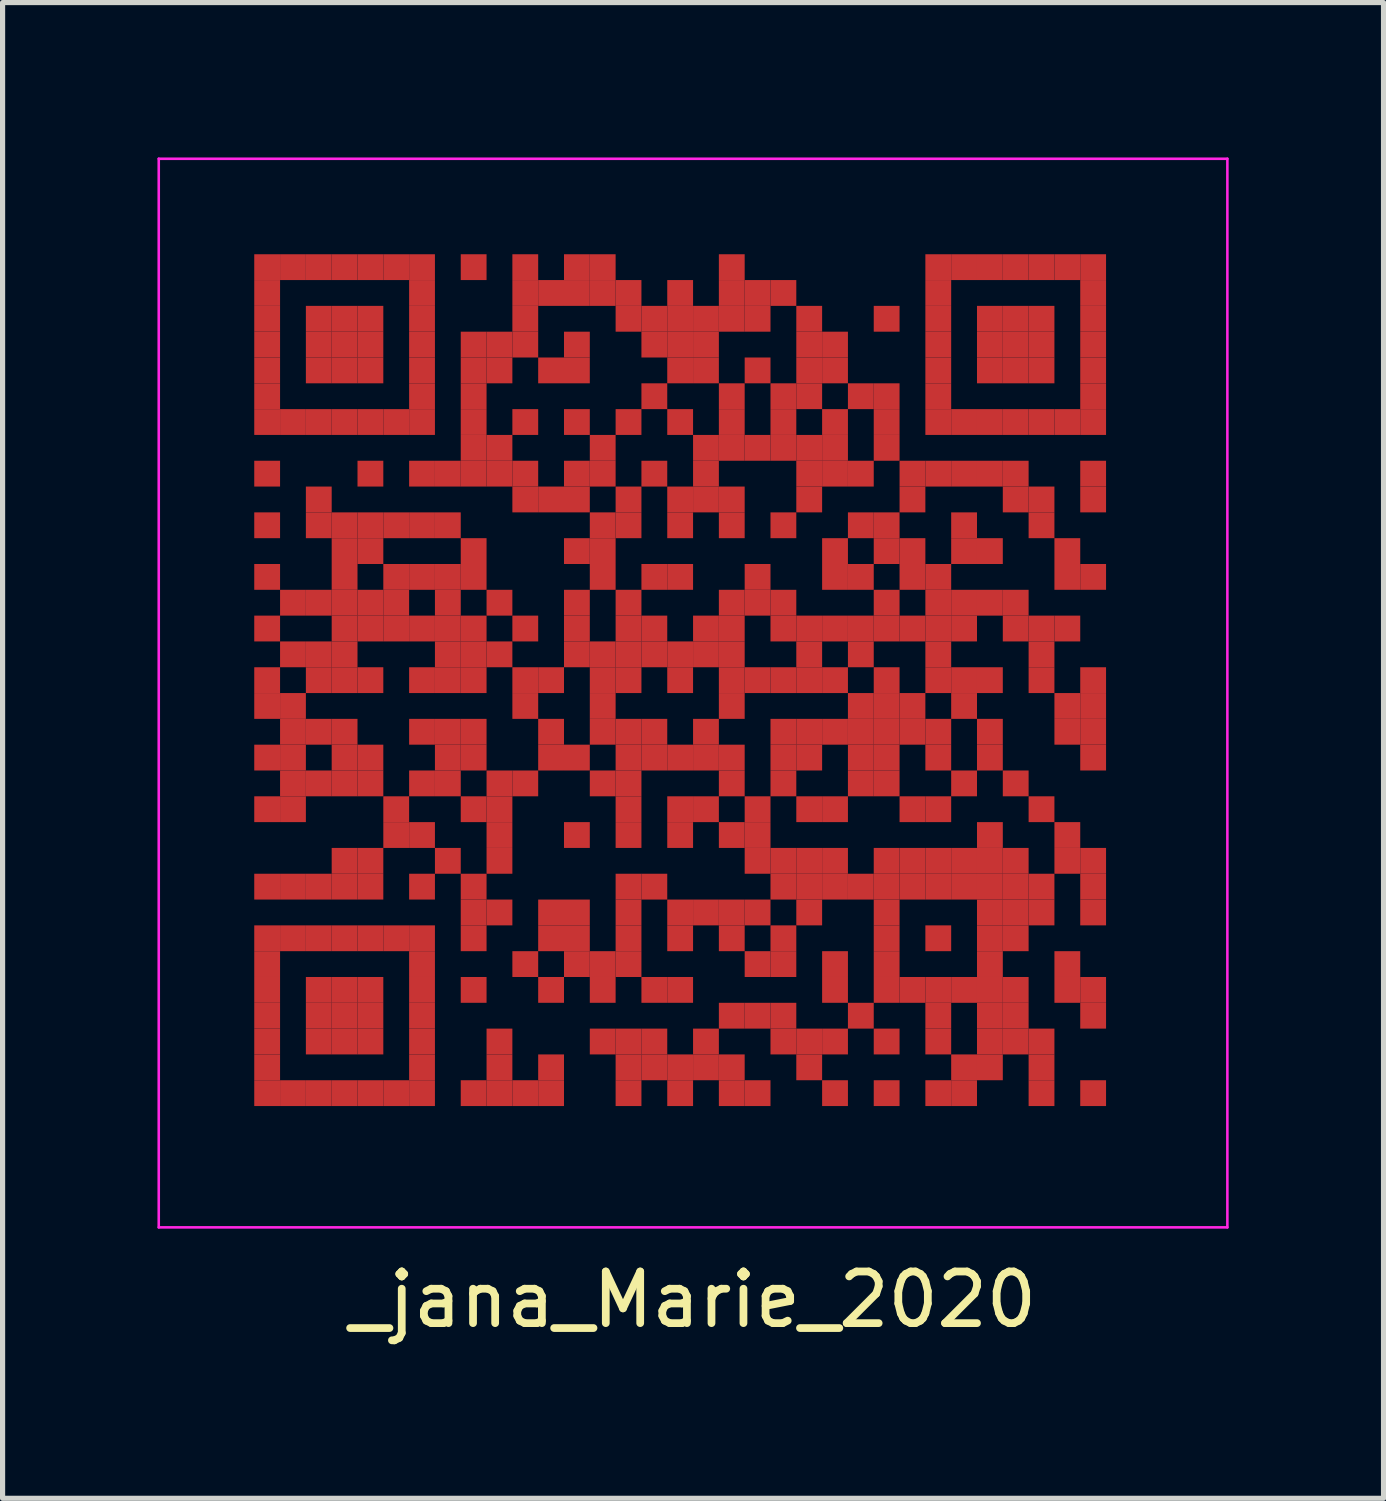
<source format=kicad_pcb>
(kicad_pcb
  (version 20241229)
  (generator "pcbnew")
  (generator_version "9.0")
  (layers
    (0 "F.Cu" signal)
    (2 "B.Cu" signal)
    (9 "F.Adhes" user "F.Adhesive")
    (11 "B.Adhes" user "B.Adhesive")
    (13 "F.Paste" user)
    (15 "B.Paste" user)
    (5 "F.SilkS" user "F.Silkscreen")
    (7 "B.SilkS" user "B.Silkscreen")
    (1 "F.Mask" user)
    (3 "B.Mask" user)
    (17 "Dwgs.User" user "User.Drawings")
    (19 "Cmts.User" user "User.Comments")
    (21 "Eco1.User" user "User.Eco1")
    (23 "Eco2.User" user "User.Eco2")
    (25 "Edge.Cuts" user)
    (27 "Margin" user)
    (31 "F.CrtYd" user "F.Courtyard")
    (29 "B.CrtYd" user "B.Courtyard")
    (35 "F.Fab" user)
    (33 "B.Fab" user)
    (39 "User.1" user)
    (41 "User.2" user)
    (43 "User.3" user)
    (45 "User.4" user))
  (footprint "_jana_Marie_2020"
    (layer "F.Cu")
    (at 10.375 10.375)
    (property "Reference" "_jana_Marie_2020" (at 0 11.75 0) (layer "F.SilkS") (effects (font (size 1 1) (thickness 0.15))))
    (attr through_hole)
    (fp_poly (pts (xy 10.3 10.3) (xy 10.3 -10.3) (xy -10.3 -10.3) (xy -10.3 10.3)) (stroke (width 0) (type solid)) (fill yes) (layer "F.Mask"))
    (fp_line (start -10.35 -10.35) (end 10.35 -10.35) (stroke (width 0.05) (type solid)) (layer "F.CrtYd"))
    (fp_line (start -10.35 10.35) (end -10.35 -10.35) (stroke (width 0.05) (type solid)) (layer "F.CrtYd"))
    (fp_line (start 10.35 -10.35) (end 10.35 10.35) (stroke (width 0.05) (type solid)) (layer "F.CrtYd"))
    (fp_line (start 10.35 10.35) (end -10.35 10.35) (stroke (width 0.05) (type solid)) (layer "F.CrtYd"))
    (pad "" smd rect (at -8.25 -8.25) (size 0.5 0.5) (layers "F.Cu"))
    (pad "" smd rect (at -8.25 -7.75) (size 0.5 0.5) (layers "F.Cu"))
    (pad "" smd rect (at -8.25 -7.25) (size 0.5 0.5) (layers "F.Cu"))
    (pad "" smd rect (at -8.25 -6.75) (size 0.5 0.5) (layers "F.Cu"))
    (pad "" smd rect (at -8.25 -6.25) (size 0.5 0.5) (layers "F.Cu"))
    (pad "" smd rect (at -8.25 -5.75) (size 0.5 0.5) (layers "F.Cu"))
    (pad "" smd rect (at -8.25 -5.25) (size 0.5 0.5) (layers "F.Cu"))
    (pad "" smd rect (at -8.25 -4.25) (size 0.5 0.5) (layers "F.Cu"))
    (pad "" smd rect (at -8.25 -3.25) (size 0.5 0.5) (layers "F.Cu"))
    (pad "" smd rect (at -8.25 -2.25) (size 0.5 0.5) (layers "F.Cu"))
    (pad "" smd rect (at -8.25 -1.25) (size 0.5 0.5) (layers "F.Cu"))
    (pad "" smd rect (at -8.25 -0.25) (size 0.5 0.5) (layers "F.Cu"))
    (pad "" smd rect (at -8.25 0.25) (size 0.5 0.5) (layers "F.Cu"))
    (pad "" smd rect (at -8.25 1.25) (size 0.5 0.5) (layers "F.Cu"))
    (pad "" smd rect (at -8.25 2.25) (size 0.5 0.5) (layers "F.Cu"))
    (pad "" smd rect (at -8.25 3.75) (size 0.5 0.5) (layers "F.Cu"))
    (pad "" smd rect (at -8.25 4.75) (size 0.5 0.5) (layers "F.Cu"))
    (pad "" smd rect (at -8.25 5.25) (size 0.5 0.5) (layers "F.Cu"))
    (pad "" smd rect (at -8.25 5.75) (size 0.5 0.5) (layers "F.Cu"))
    (pad "" smd rect (at -8.25 6.25) (size 0.5 0.5) (layers "F.Cu"))
    (pad "" smd rect (at -8.25 6.75) (size 0.5 0.5) (layers "F.Cu"))
    (pad "" smd rect (at -8.25 7.25) (size 0.5 0.5) (layers "F.Cu"))
    (pad "" smd rect (at -8.25 7.75) (size 0.5 0.5) (layers "F.Cu"))
    (pad "" smd rect (at -7.75 -8.25) (size 0.5 0.5) (layers "F.Cu"))
    (pad "" smd rect (at -7.75 -5.25) (size 0.5 0.5) (layers "F.Cu"))
    (pad "" smd rect (at -7.75 -1.75) (size 0.5 0.5) (layers "F.Cu"))
    (pad "" smd rect (at -7.75 -0.75) (size 0.5 0.5) (layers "F.Cu"))
    (pad "" smd rect (at -7.75 0.25) (size 0.5 0.5) (layers "F.Cu"))
    (pad "" smd rect (at -7.75 0.75) (size 0.5 0.5) (layers "F.Cu"))
    (pad "" smd rect (at -7.75 1.25) (size 0.5 0.5) (layers "F.Cu"))
    (pad "" smd rect (at -7.75 1.75) (size 0.5 0.5) (layers "F.Cu"))
    (pad "" smd rect (at -7.75 2.25) (size 0.5 0.5) (layers "F.Cu"))
    (pad "" smd rect (at -7.75 3.75) (size 0.5 0.5) (layers "F.Cu"))
    (pad "" smd rect (at -7.75 4.75) (size 0.5 0.5) (layers "F.Cu"))
    (pad "" smd rect (at -7.75 7.75) (size 0.5 0.5) (layers "F.Cu"))
    (pad "" smd rect (at -7.25 -8.25) (size 0.5 0.5) (layers "F.Cu"))
    (pad "" smd rect (at -7.25 -7.25) (size 0.5 0.5) (layers "F.Cu"))
    (pad "" smd rect (at -7.25 -6.75) (size 0.5 0.5) (layers "F.Cu"))
    (pad "" smd rect (at -7.25 -6.25) (size 0.5 0.5) (layers "F.Cu"))
    (pad "" smd rect (at -7.25 -5.25) (size 0.5 0.5) (layers "F.Cu"))
    (pad "" smd rect (at -7.25 -3.75) (size 0.5 0.5) (layers "F.Cu"))
    (pad "" smd rect (at -7.25 -3.25) (size 0.5 0.5) (layers "F.Cu"))
    (pad "" smd rect (at -7.25 -1.75) (size 0.5 0.5) (layers "F.Cu"))
    (pad "" smd rect (at -7.25 -0.75) (size 0.5 0.5) (layers "F.Cu"))
    (pad "" smd rect (at -7.25 -0.25) (size 0.5 0.5) (layers "F.Cu"))
    (pad "" smd rect (at -7.25 0.75) (size 0.5 0.5) (layers "F.Cu"))
    (pad "" smd rect (at -7.25 1.75) (size 0.5 0.5) (layers "F.Cu"))
    (pad "" smd rect (at -7.25 3.75) (size 0.5 0.5) (layers "F.Cu"))
    (pad "" smd rect (at -7.25 4.75) (size 0.5 0.5) (layers "F.Cu"))
    (pad "" smd rect (at -7.25 5.75) (size 0.5 0.5) (layers "F.Cu"))
    (pad "" smd rect (at -7.25 6.25) (size 0.5 0.5) (layers "F.Cu"))
    (pad "" smd rect (at -7.25 6.75) (size 0.5 0.5) (layers "F.Cu"))
    (pad "" smd rect (at -7.25 7.75) (size 0.5 0.5) (layers "F.Cu"))
    (pad "" smd rect (at -6.75 -8.25) (size 0.5 0.5) (layers "F.Cu"))
    (pad "" smd rect (at -6.75 -7.25) (size 0.5 0.5) (layers "F.Cu"))
    (pad "" smd rect (at -6.75 -6.75) (size 0.5 0.5) (layers "F.Cu"))
    (pad "" smd rect (at -6.75 -6.25) (size 0.5 0.5) (layers "F.Cu"))
    (pad "" smd rect (at -6.75 -5.25) (size 0.5 0.5) (layers "F.Cu"))
    (pad "" smd rect (at -6.75 -3.25) (size 0.5 0.5) (layers "F.Cu"))
    (pad "" smd rect (at -6.75 -2.75) (size 0.5 0.5) (layers "F.Cu"))
    (pad "" smd rect (at -6.75 -2.25) (size 0.5 0.5) (layers "F.Cu"))
    (pad "" smd rect (at -6.75 -1.75) (size 0.5 0.5) (layers "F.Cu"))
    (pad "" smd rect (at -6.75 -1.25) (size 0.5 0.5) (layers "F.Cu"))
    (pad "" smd rect (at -6.75 -0.75) (size 0.5 0.5) (layers "F.Cu"))
    (pad "" smd rect (at -6.75 -0.25) (size 0.5 0.5) (layers "F.Cu"))
    (pad "" smd rect (at -6.75 0.75) (size 0.5 0.5) (layers "F.Cu"))
    (pad "" smd rect (at -6.75 1.25) (size 0.5 0.5) (layers "F.Cu"))
    (pad "" smd rect (at -6.75 1.75) (size 0.5 0.5) (layers "F.Cu"))
    (pad "" smd rect (at -6.75 3.25) (size 0.5 0.5) (layers "F.Cu"))
    (pad "" smd rect (at -6.75 3.75) (size 0.5 0.5) (layers "F.Cu"))
    (pad "" smd rect (at -6.75 4.75) (size 0.5 0.5) (layers "F.Cu"))
    (pad "" smd rect (at -6.75 5.75) (size 0.5 0.5) (layers "F.Cu"))
    (pad "" smd rect (at -6.75 6.25) (size 0.5 0.5) (layers "F.Cu"))
    (pad "" smd rect (at -6.75 6.75) (size 0.5 0.5) (layers "F.Cu"))
    (pad "" smd rect (at -6.75 7.75) (size 0.5 0.5) (layers "F.Cu"))
    (pad "" smd rect (at -6.25 -8.25) (size 0.5 0.5) (layers "F.Cu"))
    (pad "" smd rect (at -6.25 -7.25) (size 0.5 0.5) (layers "F.Cu"))
    (pad "" smd rect (at -6.25 -6.75) (size 0.5 0.5) (layers "F.Cu"))
    (pad "" smd rect (at -6.25 -6.25) (size 0.5 0.5) (layers "F.Cu"))
    (pad "" smd rect (at -6.25 -5.25) (size 0.5 0.5) (layers "F.Cu"))
    (pad "" smd rect (at -6.25 -4.25) (size 0.5 0.5) (layers "F.Cu"))
    (pad "" smd rect (at -6.25 -3.25) (size 0.5 0.5) (layers "F.Cu"))
    (pad "" smd rect (at -6.25 -2.75) (size 0.5 0.5) (layers "F.Cu"))
    (pad "" smd rect (at -6.25 -1.75) (size 0.5 0.5) (layers "F.Cu"))
    (pad "" smd rect (at -6.25 -1.25) (size 0.5 0.5) (layers "F.Cu"))
    (pad "" smd rect (at -6.25 -0.25) (size 0.5 0.5) (layers "F.Cu"))
    (pad "" smd rect (at -6.25 1.25) (size 0.5 0.5) (layers "F.Cu"))
    (pad "" smd rect (at -6.25 1.75) (size 0.5 0.5) (layers "F.Cu"))
    (pad "" smd rect (at -6.25 3.25) (size 0.5 0.5) (layers "F.Cu"))
    (pad "" smd rect (at -6.25 3.75) (size 0.5 0.5) (layers "F.Cu"))
    (pad "" smd rect (at -6.25 4.75) (size 0.5 0.5) (layers "F.Cu"))
    (pad "" smd rect (at -6.25 5.75) (size 0.5 0.5) (layers "F.Cu"))
    (pad "" smd rect (at -6.25 6.25) (size 0.5 0.5) (layers "F.Cu"))
    (pad "" smd rect (at -6.25 6.75) (size 0.5 0.5) (layers "F.Cu"))
    (pad "" smd rect (at -6.25 7.75) (size 0.5 0.5) (layers "F.Cu"))
    (pad "" smd rect (at -5.75 -8.25) (size 0.5 0.5) (layers "F.Cu"))
    (pad "" smd rect (at -5.75 -5.25) (size 0.5 0.5) (layers "F.Cu"))
    (pad "" smd rect (at -5.75 -3.25) (size 0.5 0.5) (layers "F.Cu"))
    (pad "" smd rect (at -5.75 -2.25) (size 0.5 0.5) (layers "F.Cu"))
    (pad "" smd rect (at -5.75 -1.75) (size 0.5 0.5) (layers "F.Cu"))
    (pad "" smd rect (at -5.75 -1.25) (size 0.5 0.5) (layers "F.Cu"))
    (pad "" smd rect (at -5.75 2.25) (size 0.5 0.5) (layers "F.Cu"))
    (pad "" smd rect (at -5.75 2.75) (size 0.5 0.5) (layers "F.Cu"))
    (pad "" smd rect (at -5.75 4.75) (size 0.5 0.5) (layers "F.Cu"))
    (pad "" smd rect (at -5.75 7.75) (size 0.5 0.5) (layers "F.Cu"))
    (pad "" smd rect (at -5.25 -8.25) (size 0.5 0.5) (layers "F.Cu"))
    (pad "" smd rect (at -5.25 -7.75) (size 0.5 0.5) (layers "F.Cu"))
    (pad "" smd rect (at -5.25 -7.25) (size 0.5 0.5) (layers "F.Cu"))
    (pad "" smd rect (at -5.25 -6.75) (size 0.5 0.5) (layers "F.Cu"))
    (pad "" smd rect (at -5.25 -6.25) (size 0.5 0.5) (layers "F.Cu"))
    (pad "" smd rect (at -5.25 -5.75) (size 0.5 0.5) (layers "F.Cu"))
    (pad "" smd rect (at -5.25 -5.25) (size 0.5 0.5) (layers "F.Cu"))
    (pad "" smd rect (at -5.25 -4.25) (size 0.5 0.5) (layers "F.Cu"))
    (pad "" smd rect (at -5.25 -3.25) (size 0.5 0.5) (layers "F.Cu"))
    (pad "" smd rect (at -5.25 -2.25) (size 0.5 0.5) (layers "F.Cu"))
    (pad "" smd rect (at -5.25 -1.25) (size 0.5 0.5) (layers "F.Cu"))
    (pad "" smd rect (at -5.25 -0.25) (size 0.5 0.5) (layers "F.Cu"))
    (pad "" smd rect (at -5.25 0.75) (size 0.5 0.5) (layers "F.Cu"))
    (pad "" smd rect (at -5.25 1.75) (size 0.5 0.5) (layers "F.Cu"))
    (pad "" smd rect (at -5.25 2.75) (size 0.5 0.5) (layers "F.Cu"))
    (pad "" smd rect (at -5.25 3.75) (size 0.5 0.5) (layers "F.Cu"))
    (pad "" smd rect (at -5.25 4.75) (size 0.5 0.5) (layers "F.Cu"))
    (pad "" smd rect (at -5.25 5.25) (size 0.5 0.5) (layers "F.Cu"))
    (pad "" smd rect (at -5.25 5.75) (size 0.5 0.5) (layers "F.Cu"))
    (pad "" smd rect (at -5.25 6.25) (size 0.5 0.5) (layers "F.Cu"))
    (pad "" smd rect (at -5.25 6.75) (size 0.5 0.5) (layers "F.Cu"))
    (pad "" smd rect (at -5.25 7.25) (size 0.5 0.5) (layers "F.Cu"))
    (pad "" smd rect (at -5.25 7.75) (size 0.5 0.5) (layers "F.Cu"))
    (pad "" smd rect (at -4.75 -4.25) (size 0.5 0.5) (layers "F.Cu"))
    (pad "" smd rect (at -4.75 -3.25) (size 0.5 0.5) (layers "F.Cu"))
    (pad "" smd rect (at -4.75 -2.25) (size 0.5 0.5) (layers "F.Cu"))
    (pad "" smd rect (at -4.75 -1.75) (size 0.5 0.5) (layers "F.Cu"))
    (pad "" smd rect (at -4.75 -1.25) (size 0.5 0.5) (layers "F.Cu"))
    (pad "" smd rect (at -4.75 -0.75) (size 0.5 0.5) (layers "F.Cu"))
    (pad "" smd rect (at -4.75 -0.25) (size 0.5 0.5) (layers "F.Cu"))
    (pad "" smd rect (at -4.75 0.75) (size 0.5 0.5) (layers "F.Cu"))
    (pad "" smd rect (at -4.75 1.25) (size 0.5 0.5) (layers "F.Cu"))
    (pad "" smd rect (at -4.75 1.75) (size 0.5 0.5) (layers "F.Cu"))
    (pad "" smd rect (at -4.75 3.25) (size 0.5 0.5) (layers "F.Cu"))
    (pad "" smd rect (at -4.25 -8.25) (size 0.5 0.5) (layers "F.Cu"))
    (pad "" smd rect (at -4.25 -6.75) (size 0.5 0.5) (layers "F.Cu"))
    (pad "" smd rect (at -4.25 -6.25) (size 0.5 0.5) (layers "F.Cu"))
    (pad "" smd rect (at -4.25 -5.75) (size 0.5 0.5) (layers "F.Cu"))
    (pad "" smd rect (at -4.25 -5.25) (size 0.5 0.5) (layers "F.Cu"))
    (pad "" smd rect (at -4.25 -4.75) (size 0.5 0.5) (layers "F.Cu"))
    (pad "" smd rect (at -4.25 -4.25) (size 0.5 0.5) (layers "F.Cu"))
    (pad "" smd rect (at -4.25 -2.75) (size 0.5 0.5) (layers "F.Cu"))
    (pad "" smd rect (at -4.25 -2.25) (size 0.5 0.5) (layers "F.Cu"))
    (pad "" smd rect (at -4.25 -1.25) (size 0.5 0.5) (layers "F.Cu"))
    (pad "" smd rect (at -4.25 -0.75) (size 0.5 0.5) (layers "F.Cu"))
    (pad "" smd rect (at -4.25 -0.25) (size 0.5 0.5) (layers "F.Cu"))
    (pad "" smd rect (at -4.25 0.75) (size 0.5 0.5) (layers "F.Cu"))
    (pad "" smd rect (at -4.25 1.25) (size 0.5 0.5) (layers "F.Cu"))
    (pad "" smd rect (at -4.25 2.25) (size 0.5 0.5) (layers "F.Cu"))
    (pad "" smd rect (at -4.25 3.75) (size 0.5 0.5) (layers "F.Cu"))
    (pad "" smd rect (at -4.25 4.25) (size 0.5 0.5) (layers "F.Cu"))
    (pad "" smd rect (at -4.25 4.75) (size 0.5 0.5) (layers "F.Cu"))
    (pad "" smd rect (at -4.25 5.75) (size 0.5 0.5) (layers "F.Cu"))
    (pad "" smd rect (at -4.25 7.75) (size 0.5 0.5) (layers "F.Cu"))
    (pad "" smd rect (at -3.75 -6.75) (size 0.5 0.5) (layers "F.Cu"))
    (pad "" smd rect (at -3.75 -6.25) (size 0.5 0.5) (layers "F.Cu"))
    (pad "" smd rect (at -3.75 -4.75) (size 0.5 0.5) (layers "F.Cu"))
    (pad "" smd rect (at -3.75 -4.25) (size 0.5 0.5) (layers "F.Cu"))
    (pad "" smd rect (at -3.75 -1.75) (size 0.5 0.5) (layers "F.Cu"))
    (pad "" smd rect (at -3.75 -0.75) (size 0.5 0.5) (layers "F.Cu"))
    (pad "" smd rect (at -3.75 1.75) (size 0.5 0.5) (layers "F.Cu"))
    (pad "" smd rect (at -3.75 2.25) (size 0.5 0.5) (layers "F.Cu"))
    (pad "" smd rect (at -3.75 2.75) (size 0.5 0.5) (layers "F.Cu"))
    (pad "" smd rect (at -3.75 3.25) (size 0.5 0.5) (layers "F.Cu"))
    (pad "" smd rect (at -3.75 4.25) (size 0.5 0.5) (layers "F.Cu"))
    (pad "" smd rect (at -3.75 6.75) (size 0.5 0.5) (layers "F.Cu"))
    (pad "" smd rect (at -3.75 7.25) (size 0.5 0.5) (layers "F.Cu"))
    (pad "" smd rect (at -3.75 7.75) (size 0.5 0.5) (layers "F.Cu"))
    (pad "" smd rect (at -3.25 -8.25) (size 0.5 0.5) (layers "F.Cu"))
    (pad "" smd rect (at -3.25 -7.75) (size 0.5 0.5) (layers "F.Cu"))
    (pad "" smd rect (at -3.25 -7.25) (size 0.5 0.5) (layers "F.Cu"))
    (pad "" smd rect (at -3.25 -6.75) (size 0.5 0.5) (layers "F.Cu"))
    (pad "" smd rect (at -3.25 -5.25) (size 0.5 0.5) (layers "F.Cu"))
    (pad "" smd rect (at -3.25 -4.25) (size 0.5 0.5) (layers "F.Cu"))
    (pad "" smd rect (at -3.25 -3.75) (size 0.5 0.5) (layers "F.Cu"))
    (pad "" smd rect (at -3.25 -1.25) (size 0.5 0.5) (layers "F.Cu"))
    (pad "" smd rect (at -3.25 -0.25) (size 0.5 0.5) (layers "F.Cu"))
    (pad "" smd rect (at -3.25 0.25) (size 0.5 0.5) (layers "F.Cu"))
    (pad "" smd rect (at -3.25 1.75) (size 0.5 0.5) (layers "F.Cu"))
    (pad "" smd rect (at -3.25 5.25) (size 0.5 0.5) (layers "F.Cu"))
    (pad "" smd rect (at -3.25 7.75) (size 0.5 0.5) (layers "F.Cu"))
    (pad "" smd rect (at -2.75 -7.75) (size 0.5 0.5) (layers "F.Cu"))
    (pad "" smd rect (at -2.75 -6.25) (size 0.5 0.5) (layers "F.Cu"))
    (pad "" smd rect (at -2.75 -3.75) (size 0.5 0.5) (layers "F.Cu"))
    (pad "" smd rect (at -2.75 -0.25) (size 0.5 0.5) (layers "F.Cu"))
    (pad "" smd rect (at -2.75 0.75) (size 0.5 0.5) (layers "F.Cu"))
    (pad "" smd rect (at -2.75 1.25) (size 0.5 0.5) (layers "F.Cu"))
    (pad "" smd rect (at -2.75 4.25) (size 0.5 0.5) (layers "F.Cu"))
    (pad "" smd rect (at -2.75 4.75) (size 0.5 0.5) (layers "F.Cu"))
    (pad "" smd rect (at -2.75 5.75) (size 0.5 0.5) (layers "F.Cu"))
    (pad "" smd rect (at -2.75 7.25) (size 0.5 0.5) (layers "F.Cu"))
    (pad "" smd rect (at -2.75 7.75) (size 0.5 0.5) (layers "F.Cu"))
    (pad "" smd rect (at -2.25 -8.25) (size 0.5 0.5) (layers "F.Cu"))
    (pad "" smd rect (at -2.25 -7.75) (size 0.5 0.5) (layers "F.Cu"))
    (pad "" smd rect (at -2.25 -6.75) (size 0.5 0.5) (layers "F.Cu"))
    (pad "" smd rect (at -2.25 -6.25) (size 0.5 0.5) (layers "F.Cu"))
    (pad "" smd rect (at -2.25 -5.25) (size 0.5 0.5) (layers "F.Cu"))
    (pad "" smd rect (at -2.25 -4.25) (size 0.5 0.5) (layers "F.Cu"))
    (pad "" smd rect (at -2.25 -3.75) (size 0.5 0.5) (layers "F.Cu"))
    (pad "" smd rect (at -2.25 -2.75) (size 0.5 0.5) (layers "F.Cu"))
    (pad "" smd rect (at -2.25 -1.75) (size 0.5 0.5) (layers "F.Cu"))
    (pad "" smd rect (at -2.25 -1.25) (size 0.5 0.5) (layers "F.Cu"))
    (pad "" smd rect (at -2.25 -0.75) (size 0.5 0.5) (layers "F.Cu"))
    (pad "" smd rect (at -2.25 1.25) (size 0.5 0.5) (layers "F.Cu"))
    (pad "" smd rect (at -2.25 2.75) (size 0.5 0.5) (layers "F.Cu"))
    (pad "" smd rect (at -2.25 4.25) (size 0.5 0.5) (layers "F.Cu"))
    (pad "" smd rect (at -2.25 4.75) (size 0.5 0.5) (layers "F.Cu"))
    (pad "" smd rect (at -2.25 5.25) (size 0.5 0.5) (layers "F.Cu"))
    (pad "" smd rect (at -1.75 -8.25) (size 0.5 0.5) (layers "F.Cu"))
    (pad "" smd rect (at -1.75 -7.75) (size 0.5 0.5) (layers "F.Cu"))
    (pad "" smd rect (at -1.75 -4.75) (size 0.5 0.5) (layers "F.Cu"))
    (pad "" smd rect (at -1.75 -4.25) (size 0.5 0.5) (layers "F.Cu"))
    (pad "" smd rect (at -1.75 -3.25) (size 0.5 0.5) (layers "F.Cu"))
    (pad "" smd rect (at -1.75 -2.75) (size 0.5 0.5) (layers "F.Cu"))
    (pad "" smd rect (at -1.75 -2.25) (size 0.5 0.5) (layers "F.Cu"))
    (pad "" smd rect (at -1.75 -0.75) (size 0.5 0.5) (layers "F.Cu"))
    (pad "" smd rect (at -1.75 -0.25) (size 0.5 0.5) (layers "F.Cu"))
    (pad "" smd rect (at -1.75 0.25) (size 0.5 0.5) (layers "F.Cu"))
    (pad "" smd rect (at -1.75 0.75) (size 0.5 0.5) (layers "F.Cu"))
    (pad "" smd rect (at -1.75 1.75) (size 0.5 0.5) (layers "F.Cu"))
    (pad "" smd rect (at -1.75 5.25) (size 0.5 0.5) (layers "F.Cu"))
    (pad "" smd rect (at -1.75 5.75) (size 0.5 0.5) (layers "F.Cu"))
    (pad "" smd rect (at -1.75 6.75) (size 0.5 0.5) (layers "F.Cu"))
    (pad "" smd rect (at -1.25 -7.75) (size 0.5 0.5) (layers "F.Cu"))
    (pad "" smd rect (at -1.25 -7.25) (size 0.5 0.5) (layers "F.Cu"))
    (pad "" smd rect (at -1.25 -5.25) (size 0.5 0.5) (layers "F.Cu"))
    (pad "" smd rect (at -1.25 -3.75) (size 0.5 0.5) (layers "F.Cu"))
    (pad "" smd rect (at -1.25 -3.25) (size 0.5 0.5) (layers "F.Cu"))
    (pad "" smd rect (at -1.25 -1.75) (size 0.5 0.5) (layers "F.Cu"))
    (pad "" smd rect (at -1.25 -1.25) (size 0.5 0.5) (layers "F.Cu"))
    (pad "" smd rect (at -1.25 -0.75) (size 0.5 0.5) (layers "F.Cu"))
    (pad "" smd rect (at -1.25 -0.25) (size 0.5 0.5) (layers "F.Cu"))
    (pad "" smd rect (at -1.25 0.75) (size 0.5 0.5) (layers "F.Cu"))
    (pad "" smd rect (at -1.25 1.25) (size 0.5 0.5) (layers "F.Cu"))
    (pad "" smd rect (at -1.25 1.75) (size 0.5 0.5) (layers "F.Cu"))
    (pad "" smd rect (at -1.25 2.25) (size 0.5 0.5) (layers "F.Cu"))
    (pad "" smd rect (at -1.25 2.75) (size 0.5 0.5) (layers "F.Cu"))
    (pad "" smd rect (at -1.25 3.75) (size 0.5 0.5) (layers "F.Cu"))
    (pad "" smd rect (at -1.25 4.25) (size 0.5 0.5) (layers "F.Cu"))
    (pad "" smd rect (at -1.25 4.75) (size 0.5 0.5) (layers "F.Cu"))
    (pad "" smd rect (at -1.25 5.25) (size 0.5 0.5) (layers "F.Cu"))
    (pad "" smd rect (at -1.25 6.75) (size 0.5 0.5) (layers "F.Cu"))
    (pad "" smd rect (at -1.25 7.25) (size 0.5 0.5) (layers "F.Cu"))
    (pad "" smd rect (at -1.25 7.75) (size 0.5 0.5) (layers "F.Cu"))
    (pad "" smd rect (at -0.75 -7.25) (size 0.5 0.5) (layers "F.Cu"))
    (pad "" smd rect (at -0.75 -6.75) (size 0.5 0.5) (layers "F.Cu"))
    (pad "" smd rect (at -0.75 -5.75) (size 0.5 0.5) (layers "F.Cu"))
    (pad "" smd rect (at -0.75 -4.25) (size 0.5 0.5) (layers "F.Cu"))
    (pad "" smd rect (at -0.75 -2.25) (size 0.5 0.5) (layers "F.Cu"))
    (pad "" smd rect (at -0.75 -1.25) (size 0.5 0.5) (layers "F.Cu"))
    (pad "" smd rect (at -0.75 -0.75) (size 0.5 0.5) (layers "F.Cu"))
    (pad "" smd rect (at -0.75 0.75) (size 0.5 0.5) (layers "F.Cu"))
    (pad "" smd rect (at -0.75 1.25) (size 0.5 0.5) (layers "F.Cu"))
    (pad "" smd rect (at -0.75 3.75) (size 0.5 0.5) (layers "F.Cu"))
    (pad "" smd rect (at -0.75 5.75) (size 0.5 0.5) (layers "F.Cu"))
    (pad "" smd rect (at -0.75 6.75) (size 0.5 0.5) (layers "F.Cu"))
    (pad "" smd rect (at -0.75 7.25) (size 0.5 0.5) (layers "F.Cu"))
    (pad "" smd rect (at -0.25 -7.75) (size 0.5 0.5) (layers "F.Cu"))
    (pad "" smd rect (at -0.25 -7.25) (size 0.5 0.5) (layers "F.Cu"))
    (pad "" smd rect (at -0.25 -6.75) (size 0.5 0.5) (layers "F.Cu"))
    (pad "" smd rect (at -0.25 -6.25) (size 0.5 0.5) (layers "F.Cu"))
    (pad "" smd rect (at -0.25 -5.25) (size 0.5 0.5) (layers "F.Cu"))
    (pad "" smd rect (at -0.25 -3.75) (size 0.5 0.5) (layers "F.Cu"))
    (pad "" smd rect (at -0.25 -3.25) (size 0.5 0.5) (layers "F.Cu"))
    (pad "" smd rect (at -0.25 -2.25) (size 0.5 0.5) (layers "F.Cu"))
    (pad "" smd rect (at -0.25 -0.75) (size 0.5 0.5) (layers "F.Cu"))
    (pad "" smd rect (at -0.25 -0.25) (size 0.5 0.5) (layers "F.Cu"))
    (pad "" smd rect (at -0.25 1.25) (size 0.5 0.5) (layers "F.Cu"))
    (pad "" smd rect (at -0.25 2.25) (size 0.5 0.5) (layers "F.Cu"))
    (pad "" smd rect (at -0.25 2.75) (size 0.5 0.5) (layers "F.Cu"))
    (pad "" smd rect (at -0.25 4.25) (size 0.5 0.5) (layers "F.Cu"))
    (pad "" smd rect (at -0.25 4.75) (size 0.5 0.5) (layers "F.Cu"))
    (pad "" smd rect (at -0.25 5.75) (size 0.5 0.5) (layers "F.Cu"))
    (pad "" smd rect (at -0.25 7.25) (size 0.5 0.5) (layers "F.Cu"))
    (pad "" smd rect (at -0.25 7.75) (size 0.5 0.5) (layers "F.Cu"))
    (pad "" smd rect (at 0.25 -7.25) (size 0.5 0.5) (layers "F.Cu"))
    (pad "" smd rect (at 0.25 -6.75) (size 0.5 0.5) (layers "F.Cu"))
    (pad "" smd rect (at 0.25 -6.25) (size 0.5 0.5) (layers "F.Cu"))
    (pad "" smd rect (at 0.25 -4.75) (size 0.5 0.5) (layers "F.Cu"))
    (pad "" smd rect (at 0.25 -4.25) (size 0.5 0.5) (layers "F.Cu"))
    (pad "" smd rect (at 0.25 -3.75) (size 0.5 0.5) (layers "F.Cu"))
    (pad "" smd rect (at 0.25 -1.25) (size 0.5 0.5) (layers "F.Cu"))
    (pad "" smd rect (at 0.25 -0.75) (size 0.5 0.5) (layers "F.Cu"))
    (pad "" smd rect (at 0.25 0.75) (size 0.5 0.5) (layers "F.Cu"))
    (pad "" smd rect (at 0.25 1.25) (size 0.5 0.5) (layers "F.Cu"))
    (pad "" smd rect (at 0.25 2.25) (size 0.5 0.5) (layers "F.Cu"))
    (pad "" smd rect (at 0.25 4.25) (size 0.5 0.5) (layers "F.Cu"))
    (pad "" smd rect (at 0.25 6.75) (size 0.5 0.5) (layers "F.Cu"))
    (pad "" smd rect (at 0.25 7.25) (size 0.5 0.5) (layers "F.Cu"))
    (pad "" smd rect (at 0.75 -8.25) (size 0.5 0.5) (layers "F.Cu"))
    (pad "" smd rect (at 0.75 -7.75) (size 0.5 0.5) (layers "F.Cu"))
    (pad "" smd rect (at 0.75 -7.25) (size 0.5 0.5) (layers "F.Cu"))
    (pad "" smd rect (at 0.75 -5.75) (size 0.5 0.5) (layers "F.Cu"))
    (pad "" smd rect (at 0.75 -5.25) (size 0.5 0.5) (layers "F.Cu"))
    (pad "" smd rect (at 0.75 -4.75) (size 0.5 0.5) (layers "F.Cu"))
    (pad "" smd rect (at 0.75 -3.75) (size 0.5 0.5) (layers "F.Cu"))
    (pad "" smd rect (at 0.75 -3.25) (size 0.5 0.5) (layers "F.Cu"))
    (pad "" smd rect (at 0.75 -1.75) (size 0.5 0.5) (layers "F.Cu"))
    (pad "" smd rect (at 0.75 -1.25) (size 0.5 0.5) (layers "F.Cu"))
    (pad "" smd rect (at 0.75 -0.75) (size 0.5 0.5) (layers "F.Cu"))
    (pad "" smd rect (at 0.75 -0.25) (size 0.5 0.5) (layers "F.Cu"))
    (pad "" smd rect (at 0.75 0.25) (size 0.5 0.5) (layers "F.Cu"))
    (pad "" smd rect (at 0.75 1.25) (size 0.5 0.5) (layers "F.Cu"))
    (pad "" smd rect (at 0.75 1.75) (size 0.5 0.5) (layers "F.Cu"))
    (pad "" smd rect (at 0.75 2.75) (size 0.5 0.5) (layers "F.Cu"))
    (pad "" smd rect (at 0.75 4.25) (size 0.5 0.5) (layers "F.Cu"))
    (pad "" smd rect (at 0.75 4.75) (size 0.5 0.5) (layers "F.Cu"))
    (pad "" smd rect (at 0.75 6.25) (size 0.5 0.5) (layers "F.Cu"))
    (pad "" smd rect (at 0.75 7.25) (size 0.5 0.5) (layers "F.Cu"))
    (pad "" smd rect (at 0.75 7.75) (size 0.5 0.5) (layers "F.Cu"))
    (pad "" smd rect (at 1.25 -7.75) (size 0.5 0.5) (layers "F.Cu"))
    (pad "" smd rect (at 1.25 -7.25) (size 0.5 0.5) (layers "F.Cu"))
    (pad "" smd rect (at 1.25 -6.25) (size 0.5 0.5) (layers "F.Cu"))
    (pad "" smd rect (at 1.25 -4.75) (size 0.5 0.5) (layers "F.Cu"))
    (pad "" smd rect (at 1.25 -2.25) (size 0.5 0.5) (layers "F.Cu"))
    (pad "" smd rect (at 1.25 -1.75) (size 0.5 0.5) (layers "F.Cu"))
    (pad "" smd rect (at 1.25 -0.25) (size 0.5 0.5) (layers "F.Cu"))
    (pad "" smd rect (at 1.25 2.25) (size 0.5 0.5) (layers "F.Cu"))
    (pad "" smd rect (at 1.25 2.75) (size 0.5 0.5) (layers "F.Cu"))
    (pad "" smd rect (at 1.25 3.25) (size 0.5 0.5) (layers "F.Cu"))
    (pad "" smd rect (at 1.25 4.25) (size 0.5 0.5) (layers "F.Cu"))
    (pad "" smd rect (at 1.25 5.25) (size 0.5 0.5) (layers "F.Cu"))
    (pad "" smd rect (at 1.25 6.25) (size 0.5 0.5) (layers "F.Cu"))
    (pad "" smd rect (at 1.25 7.75) (size 0.5 0.5) (layers "F.Cu"))
    (pad "" smd rect (at 1.75 -7.75) (size 0.5 0.5) (layers "F.Cu"))
    (pad "" smd rect (at 1.75 -5.75) (size 0.5 0.5) (layers "F.Cu"))
    (pad "" smd rect (at 1.75 -5.25) (size 0.5 0.5) (layers "F.Cu"))
    (pad "" smd rect (at 1.75 -4.75) (size 0.5 0.5) (layers "F.Cu"))
    (pad "" smd rect (at 1.75 -3.25) (size 0.5 0.5) (layers "F.Cu"))
    (pad "" smd rect (at 1.75 -1.75) (size 0.5 0.5) (layers "F.Cu"))
    (pad "" smd rect (at 1.75 -1.25) (size 0.5 0.5) (layers "F.Cu"))
    (pad "" smd rect (at 1.75 -0.25) (size 0.5 0.5) (layers "F.Cu"))
    (pad "" smd rect (at 1.75 0.75) (size 0.5 0.5) (layers "F.Cu"))
    (pad "" smd rect (at 1.75 1.25) (size 0.5 0.5) (layers "F.Cu"))
    (pad "" smd rect (at 1.75 1.75) (size 0.5 0.5) (layers "F.Cu"))
    (pad "" smd rect (at 1.75 3.25) (size 0.5 0.5) (layers "F.Cu"))
    (pad "" smd rect (at 1.75 3.75) (size 0.5 0.5) (layers "F.Cu"))
    (pad "" smd rect (at 1.75 4.75) (size 0.5 0.5) (layers "F.Cu"))
    (pad "" smd rect (at 1.75 5.25) (size 0.5 0.5) (layers "F.Cu"))
    (pad "" smd rect (at 1.75 6.25) (size 0.5 0.5) (layers "F.Cu"))
    (pad "" smd rect (at 1.75 6.75) (size 0.5 0.5) (layers "F.Cu"))
    (pad "" smd rect (at 2.25 -7.25) (size 0.5 0.5) (layers "F.Cu"))
    (pad "" smd rect (at 2.25 -6.75) (size 0.5 0.5) (layers "F.Cu"))
    (pad "" smd rect (at 2.25 -6.25) (size 0.5 0.5) (layers "F.Cu"))
    (pad "" smd rect (at 2.25 -5.75) (size 0.5 0.5) (layers "F.Cu"))
    (pad "" smd rect (at 2.25 -4.75) (size 0.5 0.5) (layers "F.Cu"))
    (pad "" smd rect (at 2.25 -4.25) (size 0.5 0.5) (layers "F.Cu"))
    (pad "" smd rect (at 2.25 -3.75) (size 0.5 0.5) (layers "F.Cu"))
    (pad "" smd rect (at 2.25 -1.25) (size 0.5 0.5) (layers "F.Cu"))
    (pad "" smd rect (at 2.25 -0.75) (size 0.5 0.5) (layers "F.Cu"))
    (pad "" smd rect (at 2.25 -0.25) (size 0.5 0.5) (layers "F.Cu"))
    (pad "" smd rect (at 2.25 0.75) (size 0.5 0.5) (layers "F.Cu"))
    (pad "" smd rect (at 2.25 1.25) (size 0.5 0.5) (layers "F.Cu"))
    (pad "" smd rect (at 2.25 2.25) (size 0.5 0.5) (layers "F.Cu"))
    (pad "" smd rect (at 2.25 3.25) (size 0.5 0.5) (layers "F.Cu"))
    (pad "" smd rect (at 2.25 3.75) (size 0.5 0.5) (layers "F.Cu"))
    (pad "" smd rect (at 2.25 4.25) (size 0.5 0.5) (layers "F.Cu"))
    (pad "" smd rect (at 2.25 6.75) (size 0.5 0.5) (layers "F.Cu"))
    (pad "" smd rect (at 2.25 7.25) (size 0.5 0.5) (layers "F.Cu"))
    (pad "" smd rect (at 2.75 -6.75) (size 0.5 0.5) (layers "F.Cu"))
    (pad "" smd rect (at 2.75 -6.25) (size 0.5 0.5) (layers "F.Cu"))
    (pad "" smd rect (at 2.75 -5.25) (size 0.5 0.5) (layers "F.Cu"))
    (pad "" smd rect (at 2.75 -4.75) (size 0.5 0.5) (layers "F.Cu"))
    (pad "" smd rect (at 2.75 -4.25) (size 0.5 0.5) (layers "F.Cu"))
    (pad "" smd rect (at 2.75 -2.75) (size 0.5 0.5) (layers "F.Cu"))
    (pad "" smd rect (at 2.75 -2.25) (size 0.5 0.5) (layers "F.Cu"))
    (pad "" smd rect (at 2.75 -1.25) (size 0.5 0.5) (layers "F.Cu"))
    (pad "" smd rect (at 2.75 -0.25) (size 0.5 0.5) (layers "F.Cu"))
    (pad "" smd rect (at 2.75 0.75) (size 0.5 0.5) (layers "F.Cu"))
    (pad "" smd rect (at 2.75 2.25) (size 0.5 0.5) (layers "F.Cu"))
    (pad "" smd rect (at 2.75 3.25) (size 0.5 0.5) (layers "F.Cu"))
    (pad "" smd rect (at 2.75 3.75) (size 0.5 0.5) (layers "F.Cu"))
    (pad "" smd rect (at 2.75 5.25) (size 0.5 0.5) (layers "F.Cu"))
    (pad "" smd rect (at 2.75 5.75) (size 0.5 0.5) (layers "F.Cu"))
    (pad "" smd rect (at 2.75 6.75) (size 0.5 0.5) (layers "F.Cu"))
    (pad "" smd rect (at 2.75 7.75) (size 0.5 0.5) (layers "F.Cu"))
    (pad "" smd rect (at 3.25 -5.75) (size 0.5 0.5) (layers "F.Cu"))
    (pad "" smd rect (at 3.25 -4.25) (size 0.5 0.5) (layers "F.Cu"))
    (pad "" smd rect (at 3.25 -3.25) (size 0.5 0.5) (layers "F.Cu"))
    (pad "" smd rect (at 3.25 -2.25) (size 0.5 0.5) (layers "F.Cu"))
    (pad "" smd rect (at 3.25 -1.25) (size 0.5 0.5) (layers "F.Cu"))
    (pad "" smd rect (at 3.25 -0.75) (size 0.5 0.5) (layers "F.Cu"))
    (pad "" smd rect (at 3.25 0.25) (size 0.5 0.5) (layers "F.Cu"))
    (pad "" smd rect (at 3.25 0.75) (size 0.5 0.5) (layers "F.Cu"))
    (pad "" smd rect (at 3.25 1.25) (size 0.5 0.5) (layers "F.Cu"))
    (pad "" smd rect (at 3.25 1.75) (size 0.5 0.5) (layers "F.Cu"))
    (pad "" smd rect (at 3.25 3.75) (size 0.5 0.5) (layers "F.Cu"))
    (pad "" smd rect (at 3.25 6.25) (size 0.5 0.5) (layers "F.Cu"))
    (pad "" smd rect (at 3.75 -7.25) (size 0.5 0.5) (layers "F.Cu"))
    (pad "" smd rect (at 3.75 -5.75) (size 0.5 0.5) (layers "F.Cu"))
    (pad "" smd rect (at 3.75 -5.25) (size 0.5 0.5) (layers "F.Cu"))
    (pad "" smd rect (at 3.75 -4.75) (size 0.5 0.5) (layers "F.Cu"))
    (pad "" smd rect (at 3.75 -3.25) (size 0.5 0.5) (layers "F.Cu"))
    (pad "" smd rect (at 3.75 -2.75) (size 0.5 0.5) (layers "F.Cu"))
    (pad "" smd rect (at 3.75 -1.75) (size 0.5 0.5) (layers "F.Cu"))
    (pad "" smd rect (at 3.75 -1.25) (size 0.5 0.5) (layers "F.Cu"))
    (pad "" smd rect (at 3.75 -0.25) (size 0.5 0.5) (layers "F.Cu"))
    (pad "" smd rect (at 3.75 0.25) (size 0.5 0.5) (layers "F.Cu"))
    (pad "" smd rect (at 3.75 0.75) (size 0.5 0.5) (layers "F.Cu"))
    (pad "" smd rect (at 3.75 1.25) (size 0.5 0.5) (layers "F.Cu"))
    (pad "" smd rect (at 3.75 1.75) (size 0.5 0.5) (layers "F.Cu"))
    (pad "" smd rect (at 3.75 3.25) (size 0.5 0.5) (layers "F.Cu"))
    (pad "" smd rect (at 3.75 3.75) (size 0.5 0.5) (layers "F.Cu"))
    (pad "" smd rect (at 3.75 4.25) (size 0.5 0.5) (layers "F.Cu"))
    (pad "" smd rect (at 3.75 4.75) (size 0.5 0.5) (layers "F.Cu"))
    (pad "" smd rect (at 3.75 5.25) (size 0.5 0.5) (layers "F.Cu"))
    (pad "" smd rect (at 3.75 5.75) (size 0.5 0.5) (layers "F.Cu"))
    (pad "" smd rect (at 3.75 6.75) (size 0.5 0.5) (layers "F.Cu"))
    (pad "" smd rect (at 3.75 7.75) (size 0.5 0.5) (layers "F.Cu"))
    (pad "" smd rect (at 4.25 -4.25) (size 0.5 0.5) (layers "F.Cu"))
    (pad "" smd rect (at 4.25 -3.75) (size 0.5 0.5) (layers "F.Cu"))
    (pad "" smd rect (at 4.25 -2.75) (size 0.5 0.5) (layers "F.Cu"))
    (pad "" smd rect (at 4.25 -2.25) (size 0.5 0.5) (layers "F.Cu"))
    (pad "" smd rect (at 4.25 -1.25) (size 0.5 0.5) (layers "F.Cu"))
    (pad "" smd rect (at 4.25 0.25) (size 0.5 0.5) (layers "F.Cu"))
    (pad "" smd rect (at 4.25 0.75) (size 0.5 0.5) (layers "F.Cu"))
    (pad "" smd rect (at 4.25 2.25) (size 0.5 0.5) (layers "F.Cu"))
    (pad "" smd rect (at 4.25 3.25) (size 0.5 0.5) (layers "F.Cu"))
    (pad "" smd rect (at 4.25 3.75) (size 0.5 0.5) (layers "F.Cu"))
    (pad "" smd rect (at 4.25 5.75) (size 0.5 0.5) (layers "F.Cu"))
    (pad "" smd rect (at 4.75 -8.25) (size 0.5 0.5) (layers "F.Cu"))
    (pad "" smd rect (at 4.75 -7.75) (size 0.5 0.5) (layers "F.Cu"))
    (pad "" smd rect (at 4.75 -7.25) (size 0.5 0.5) (layers "F.Cu"))
    (pad "" smd rect (at 4.75 -6.75) (size 0.5 0.5) (layers "F.Cu"))
    (pad "" smd rect (at 4.75 -6.25) (size 0.5 0.5) (layers "F.Cu"))
    (pad "" smd rect (at 4.75 -5.75) (size 0.5 0.5) (layers "F.Cu"))
    (pad "" smd rect (at 4.75 -5.25) (size 0.5 0.5) (layers "F.Cu"))
    (pad "" smd rect (at 4.75 -4.25) (size 0.5 0.5) (layers "F.Cu"))
    (pad "" smd rect (at 4.75 -2.25) (size 0.5 0.5) (layers "F.Cu"))
    (pad "" smd rect (at 4.75 -1.75) (size 0.5 0.5) (layers "F.Cu"))
    (pad "" smd rect (at 4.75 -1.25) (size 0.5 0.5) (layers "F.Cu"))
    (pad "" smd rect (at 4.75 -0.75) (size 0.5 0.5) (layers "F.Cu"))
    (pad "" smd rect (at 4.75 -0.25) (size 0.5 0.5) (layers "F.Cu"))
    (pad "" smd rect (at 4.75 0.75) (size 0.5 0.5) (layers "F.Cu"))
    (pad "" smd rect (at 4.75 1.25) (size 0.5 0.5) (layers "F.Cu"))
    (pad "" smd rect (at 4.75 2.25) (size 0.5 0.5) (layers "F.Cu"))
    (pad "" smd rect (at 4.75 3.25) (size 0.5 0.5) (layers "F.Cu"))
    (pad "" smd rect (at 4.75 3.75) (size 0.5 0.5) (layers "F.Cu"))
    (pad "" smd rect (at 4.75 4.75) (size 0.5 0.5) (layers "F.Cu"))
    (pad "" smd rect (at 4.75 5.75) (size 0.5 0.5) (layers "F.Cu"))
    (pad "" smd rect (at 4.75 6.25) (size 0.5 0.5) (layers "F.Cu"))
    (pad "" smd rect (at 4.75 6.75) (size 0.5 0.5) (layers "F.Cu"))
    (pad "" smd rect (at 4.75 7.75) (size 0.5 0.5) (layers "F.Cu"))
    (pad "" smd rect (at 5.25 -8.25) (size 0.5 0.5) (layers "F.Cu"))
    (pad "" smd rect (at 5.25 -5.25) (size 0.5 0.5) (layers "F.Cu"))
    (pad "" smd rect (at 5.25 -4.25) (size 0.5 0.5) (layers "F.Cu"))
    (pad "" smd rect (at 5.25 -3.25) (size 0.5 0.5) (layers "F.Cu"))
    (pad "" smd rect (at 5.25 -2.75) (size 0.5 0.5) (layers "F.Cu"))
    (pad "" smd rect (at 5.25 -1.75) (size 0.5 0.5) (layers "F.Cu"))
    (pad "" smd rect (at 5.25 -1.25) (size 0.5 0.5) (layers "F.Cu"))
    (pad "" smd rect (at 5.25 -0.25) (size 0.5 0.5) (layers "F.Cu"))
    (pad "" smd rect (at 5.25 0.25) (size 0.5 0.5) (layers "F.Cu"))
    (pad "" smd rect (at 5.25 1.75) (size 0.5 0.5) (layers "F.Cu"))
    (pad "" smd rect (at 5.25 3.25) (size 0.5 0.5) (layers "F.Cu"))
    (pad "" smd rect (at 5.25 3.75) (size 0.5 0.5) (layers "F.Cu"))
    (pad "" smd rect (at 5.25 5.75) (size 0.5 0.5) (layers "F.Cu"))
    (pad "" smd rect (at 5.25 7.25) (size 0.5 0.5) (layers "F.Cu"))
    (pad "" smd rect (at 5.25 7.75) (size 0.5 0.5) (layers "F.Cu"))
    (pad "" smd rect (at 5.75 -8.25) (size 0.5 0.5) (layers "F.Cu"))
    (pad "" smd rect (at 5.75 -7.25) (size 0.5 0.5) (layers "F.Cu"))
    (pad "" smd rect (at 5.75 -6.75) (size 0.5 0.5) (layers "F.Cu"))
    (pad "" smd rect (at 5.75 -6.25) (size 0.5 0.5) (layers "F.Cu"))
    (pad "" smd rect (at 5.75 -5.25) (size 0.5 0.5) (layers "F.Cu"))
    (pad "" smd rect (at 5.75 -4.25) (size 0.5 0.5) (layers "F.Cu"))
    (pad "" smd rect (at 5.75 -2.75) (size 0.5 0.5) (layers "F.Cu"))
    (pad "" smd rect (at 5.75 -1.75) (size 0.5 0.5) (layers "F.Cu"))
    (pad "" smd rect (at 5.75 -0.25) (size 0.5 0.5) (layers "F.Cu"))
    (pad "" smd rect (at 5.75 0.75) (size 0.5 0.5) (layers "F.Cu"))
    (pad "" smd rect (at 5.75 1.25) (size 0.5 0.5) (layers "F.Cu"))
    (pad "" smd rect (at 5.75 2.75) (size 0.5 0.5) (layers "F.Cu"))
    (pad "" smd rect (at 5.75 3.25) (size 0.5 0.5) (layers "F.Cu"))
    (pad "" smd rect (at 5.75 3.75) (size 0.5 0.5) (layers "F.Cu"))
    (pad "" smd rect (at 5.75 4.25) (size 0.5 0.5) (layers "F.Cu"))
    (pad "" smd rect (at 5.75 4.75) (size 0.5 0.5) (layers "F.Cu"))
    (pad "" smd rect (at 5.75 5.25) (size 0.5 0.5) (layers "F.Cu"))
    (pad "" smd rect (at 5.75 5.75) (size 0.5 0.5) (layers "F.Cu"))
    (pad "" smd rect (at 5.75 6.25) (size 0.5 0.5) (layers "F.Cu"))
    (pad "" smd rect (at 5.75 6.75) (size 0.5 0.5) (layers "F.Cu"))
    (pad "" smd rect (at 5.75 7.25) (size 0.5 0.5) (layers "F.Cu"))
    (pad "" smd rect (at 6.25 -8.25) (size 0.5 0.5) (layers "F.Cu"))
    (pad "" smd rect (at 6.25 -7.25) (size 0.5 0.5) (layers "F.Cu"))
    (pad "" smd rect (at 6.25 -6.75) (size 0.5 0.5) (layers "F.Cu"))
    (pad "" smd rect (at 6.25 -6.25) (size 0.5 0.5) (layers "F.Cu"))
    (pad "" smd rect (at 6.25 -5.25) (size 0.5 0.5) (layers "F.Cu"))
    (pad "" smd rect (at 6.25 -4.25) (size 0.5 0.5) (layers "F.Cu"))
    (pad "" smd rect (at 6.25 -3.75) (size 0.5 0.5) (layers "F.Cu"))
    (pad "" smd rect (at 6.25 -1.75) (size 0.5 0.5) (layers "F.Cu"))
    (pad "" smd rect (at 6.25 -1.25) (size 0.5 0.5) (layers "F.Cu"))
    (pad "" smd rect (at 6.25 1.75) (size 0.5 0.5) (layers "F.Cu"))
    (pad "" smd rect (at 6.25 3.25) (size 0.5 0.5) (layers "F.Cu"))
    (pad "" smd rect (at 6.25 3.75) (size 0.5 0.5) (layers "F.Cu"))
    (pad "" smd rect (at 6.25 4.25) (size 0.5 0.5) (layers "F.Cu"))
    (pad "" smd rect (at 6.25 4.75) (size 0.5 0.5) (layers "F.Cu"))
    (pad "" smd rect (at 6.25 5.75) (size 0.5 0.5) (layers "F.Cu"))
    (pad "" smd rect (at 6.25 6.25) (size 0.5 0.5) (layers "F.Cu"))
    (pad "" smd rect (at 6.25 6.75) (size 0.5 0.5) (layers "F.Cu"))
    (pad "" smd rect (at 6.75 -8.25) (size 0.5 0.5) (layers "F.Cu"))
    (pad "" smd rect (at 6.75 -7.25) (size 0.5 0.5) (layers "F.Cu"))
    (pad "" smd rect (at 6.75 -6.75) (size 0.5 0.5) (layers "F.Cu"))
    (pad "" smd rect (at 6.75 -6.25) (size 0.5 0.5) (layers "F.Cu"))
    (pad "" smd rect (at 6.75 -5.25) (size 0.5 0.5) (layers "F.Cu"))
    (pad "" smd rect (at 6.75 -3.75) (size 0.5 0.5) (layers "F.Cu"))
    (pad "" smd rect (at 6.75 -3.25) (size 0.5 0.5) (layers "F.Cu"))
    (pad "" smd rect (at 6.75 -1.25) (size 0.5 0.5) (layers "F.Cu"))
    (pad "" smd rect (at 6.75 -0.75) (size 0.5 0.5) (layers "F.Cu"))
    (pad "" smd rect (at 6.75 -0.25) (size 0.5 0.5) (layers "F.Cu"))
    (pad "" smd rect (at 6.75 2.25) (size 0.5 0.5) (layers "F.Cu"))
    (pad "" smd rect (at 6.75 3.75) (size 0.5 0.5) (layers "F.Cu"))
    (pad "" smd rect (at 6.75 4.25) (size 0.5 0.5) (layers "F.Cu"))
    (pad "" smd rect (at 6.75 6.75) (size 0.5 0.5) (layers "F.Cu"))
    (pad "" smd rect (at 6.75 7.25) (size 0.5 0.5) (layers "F.Cu"))
    (pad "" smd rect (at 6.75 7.75) (size 0.5 0.5) (layers "F.Cu"))
    (pad "" smd rect (at 7.25 -8.25) (size 0.5 0.5) (layers "F.Cu"))
    (pad "" smd rect (at 7.25 -5.25) (size 0.5 0.5) (layers "F.Cu"))
    (pad "" smd rect (at 7.25 -2.75) (size 0.5 0.5) (layers "F.Cu"))
    (pad "" smd rect (at 7.25 -2.25) (size 0.5 0.5) (layers "F.Cu"))
    (pad "" smd rect (at 7.25 -1.25) (size 0.5 0.5) (layers "F.Cu"))
    (pad "" smd rect (at 7.25 0.25) (size 0.5 0.5) (layers "F.Cu"))
    (pad "" smd rect (at 7.25 0.75) (size 0.5 0.5) (layers "F.Cu"))
    (pad "" smd rect (at 7.25 2.75) (size 0.5 0.5) (layers "F.Cu"))
    (pad "" smd rect (at 7.25 3.25) (size 0.5 0.5) (layers "F.Cu"))
    (pad "" smd rect (at 7.25 5.25) (size 0.5 0.5) (layers "F.Cu"))
    (pad "" smd rect (at 7.25 5.75) (size 0.5 0.5) (layers "F.Cu"))
    (pad "" smd rect (at 7.75 -8.25) (size 0.5 0.5) (layers "F.Cu"))
    (pad "" smd rect (at 7.75 -7.75) (size 0.5 0.5) (layers "F.Cu"))
    (pad "" smd rect (at 7.75 -7.25) (size 0.5 0.5) (layers "F.Cu"))
    (pad "" smd rect (at 7.75 -6.75) (size 0.5 0.5) (layers "F.Cu"))
    (pad "" smd rect (at 7.75 -6.25) (size 0.5 0.5) (layers "F.Cu"))
    (pad "" smd rect (at 7.75 -5.75) (size 0.5 0.5) (layers "F.Cu"))
    (pad "" smd rect (at 7.75 -5.25) (size 0.5 0.5) (layers "F.Cu"))
    (pad "" smd rect (at 7.75 -4.25) (size 0.5 0.5) (layers "F.Cu"))
    (pad "" smd rect (at 7.75 -3.75) (size 0.5 0.5) (layers "F.Cu"))
    (pad "" smd rect (at 7.75 -2.25) (size 0.5 0.5) (layers "F.Cu"))
    (pad "" smd rect (at 7.75 -0.25) (size 0.5 0.5) (layers "F.Cu"))
    (pad "" smd rect (at 7.75 0.25) (size 0.5 0.5) (layers "F.Cu"))
    (pad "" smd rect (at 7.75 0.75) (size 0.5 0.5) (layers "F.Cu"))
    (pad "" smd rect (at 7.75 1.25) (size 0.5 0.5) (layers "F.Cu"))
    (pad "" smd rect (at 7.75 3.25) (size 0.5 0.5) (layers "F.Cu"))
    (pad "" smd rect (at 7.75 3.75) (size 0.5 0.5) (layers "F.Cu"))
    (pad "" smd rect (at 7.75 4.25) (size 0.5 0.5) (layers "F.Cu"))
    (pad "" smd rect (at 7.75 5.75) (size 0.5 0.5) (layers "F.Cu"))
    (pad "" smd rect (at 7.75 6.25) (size 0.5 0.5) (layers "F.Cu"))
    (pad "" smd rect (at 7.75 7.75) (size 0.5 0.5) (layers "F.Cu")))
  (gr_rect
    (start -3 -3)
    (end 23.75 25.973)
    (stroke (width 0.1) (type default))
    (fill no)
    (layer "Edge.Cuts")))
</source>
